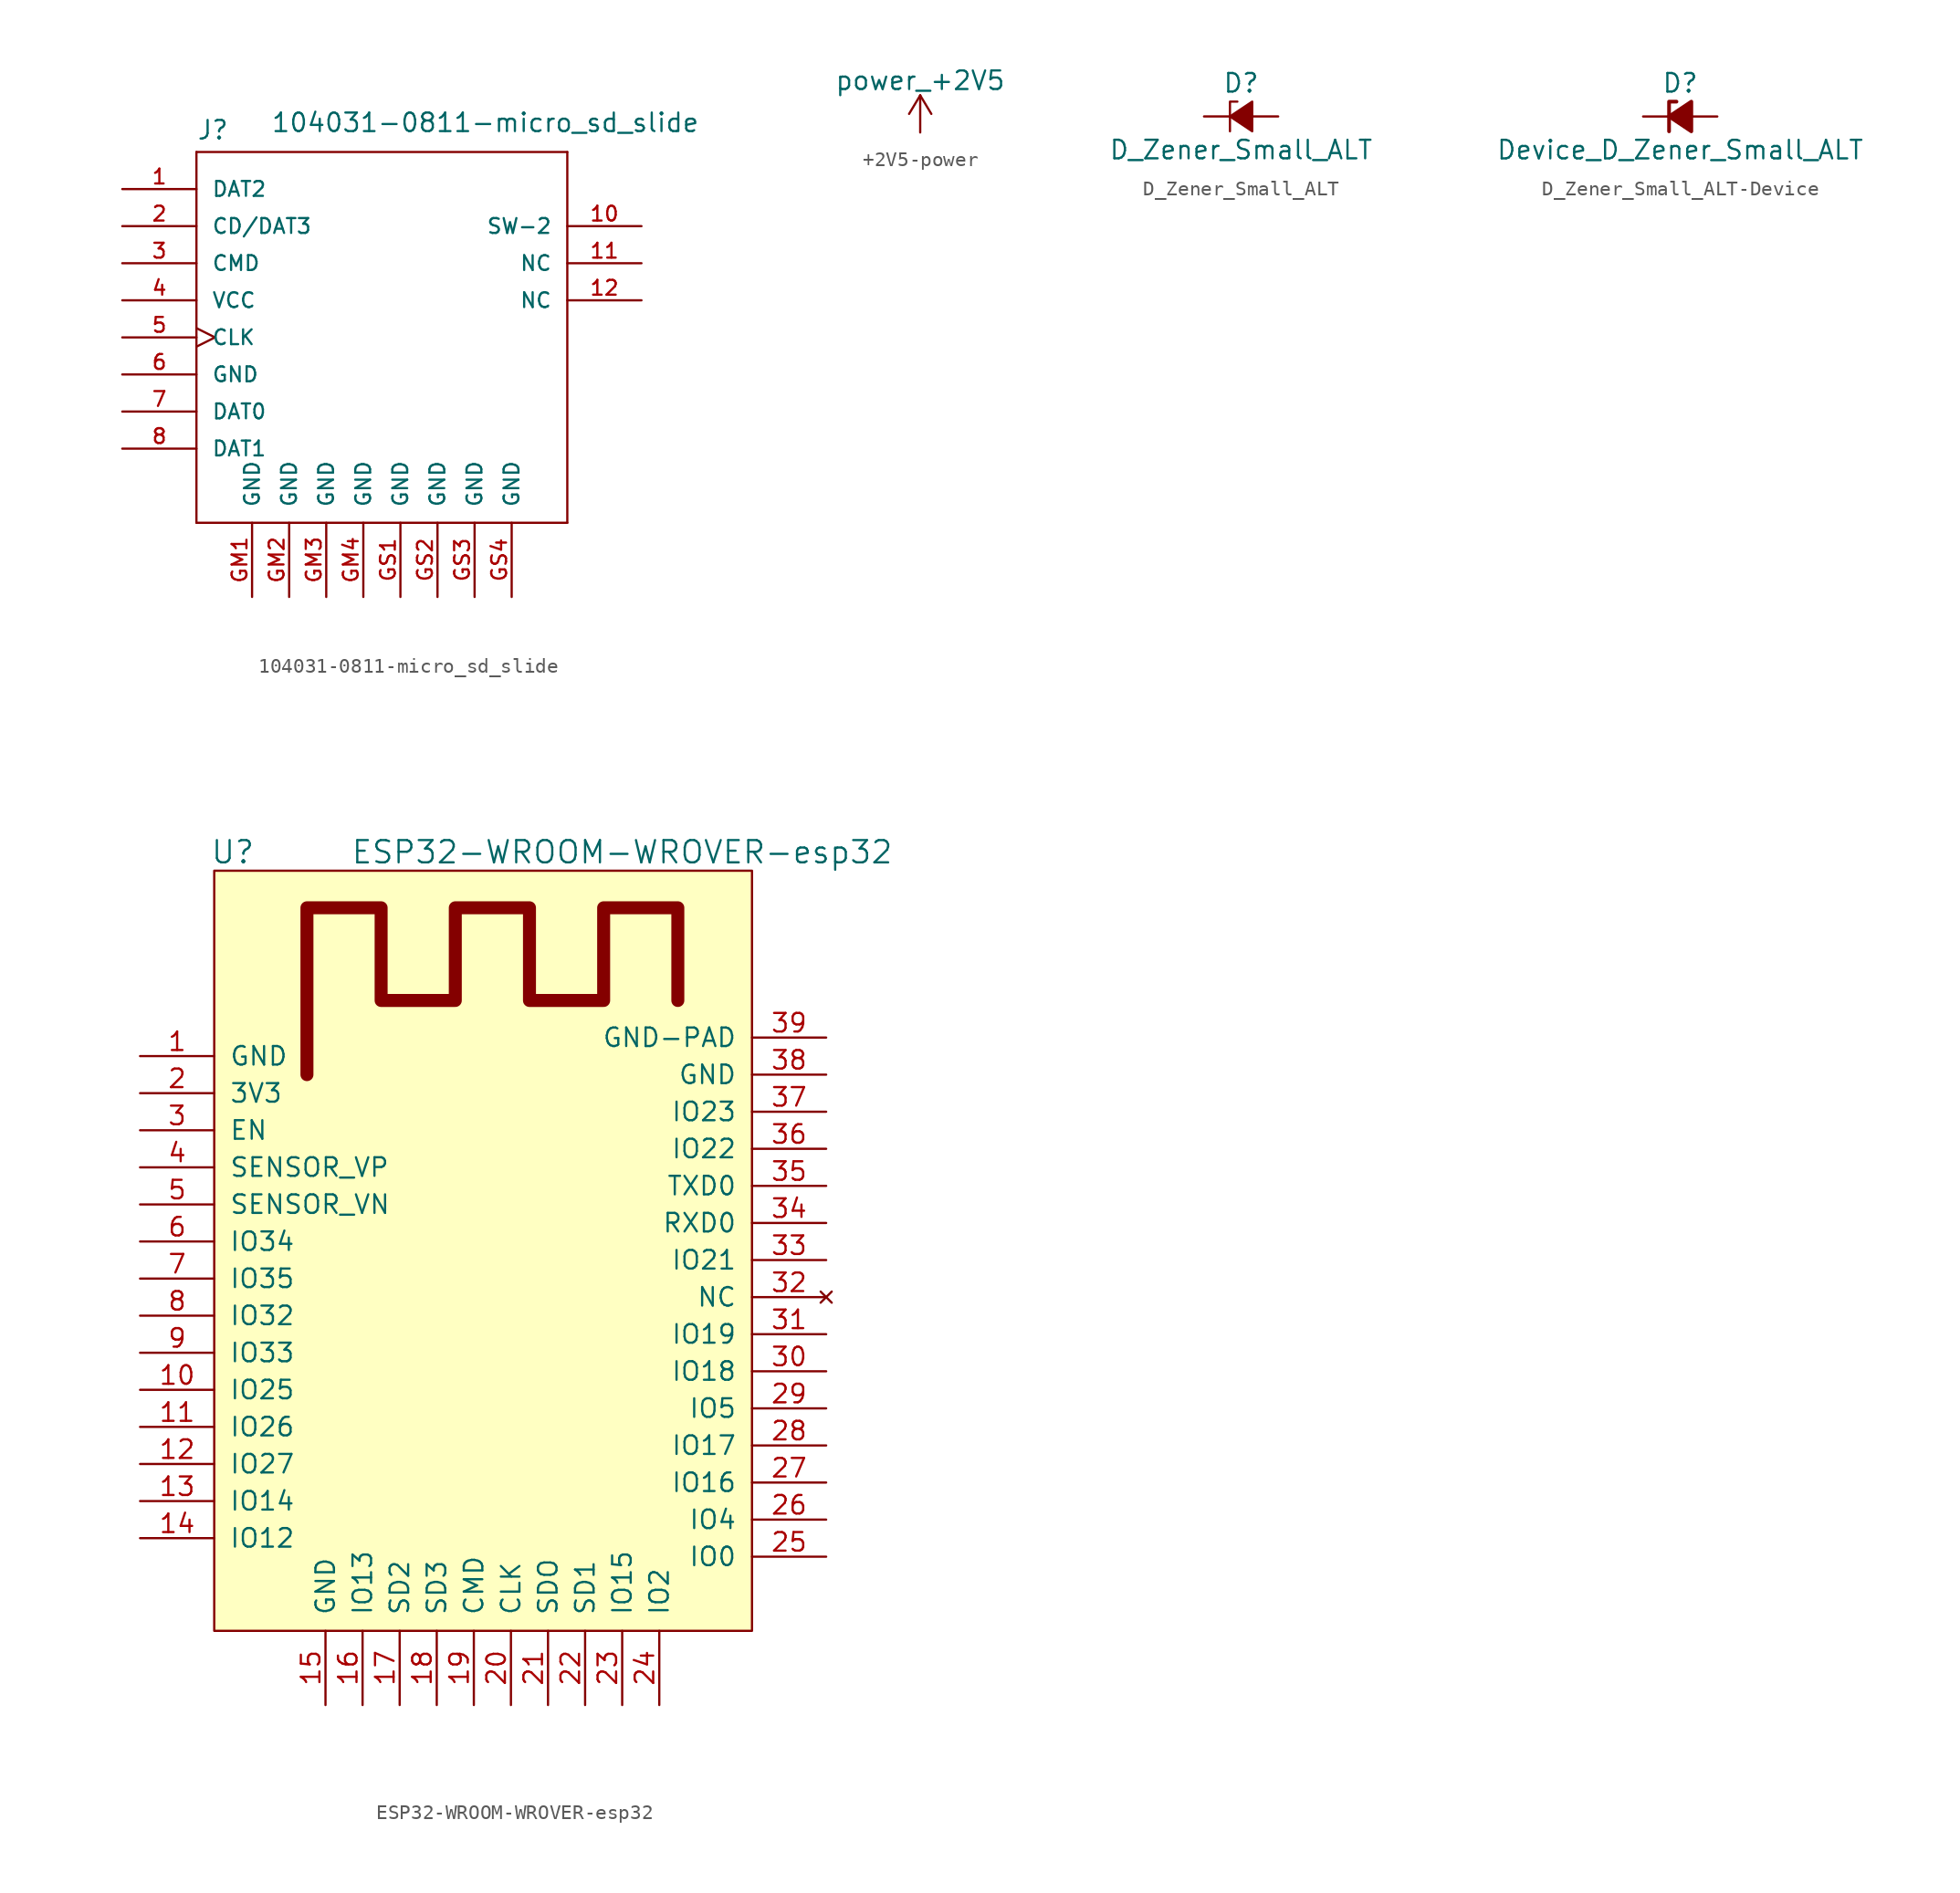
<source format=kicad_sym>
(kicad_symbol_lib
  (version 20231120)
  (generator "kicad_symbol_editor")
  (generator_version "8.0")
  (symbol "104031-0811-micro_sd_slide"
    (pin_names
      (offset 1.016))
    (property "Reference" "J"
      (at -12.7 13.462 0)
      (effects (font (size 1.27 1.27)) (justify left bottom)))
    (property "Value" "104031-0811-micro_sd_slide"
      (at -7.62 13.97 0)
      (effects (font (size 1.27 1.27)) (justify left bottom)))
    (symbol "104031-0811-micro_sd_slide_0_0"
      (polyline (pts (xy -12.7 -12.7) (xy -12.7 12.7)) (stroke (width 0.152) (type solid)) (fill (type none)))
      (polyline (pts (xy -12.7 12.7) (xy 12.7 12.7)) (stroke (width 0.152) (type solid)) (fill (type none)))
      (polyline (pts (xy 12.7 -12.7) (xy -12.7 -12.7)) (stroke (width 0.152) (type solid)) (fill (type none)))
      (polyline (pts (xy 12.7 12.7) (xy 12.7 -12.7)) (stroke (width 0.152) (type solid)) (fill (type none)))
      (pin bidirectional line (at -17.78 10.16 0) (length 5.08) (name "DAT2" (effects (font (size 1.016 1.016)))) (number "1" (effects (font (size 1.016 1.016)))))
      (pin passive line (at 17.78 7.62 180) (length 5.08) (name "SW-2" (effects (font (size 1.016 1.016)))) (number "10" (effects (font (size 1.016 1.016)))))
      (pin passive line (at 17.78 5.08 180) (length 5.08) (name "NC" (effects (font (size 1.016 1.016)))) (number "11" (effects (font (size 1.016 1.016)))))
      (pin passive line (at 17.78 2.54 180) (length 5.08) (name "NC" (effects (font (size 1.016 1.016)))) (number "12" (effects (font (size 1.016 1.016)))))
      (pin bidirectional line (at -17.78 7.62 0) (length 5.08) (name "CD/DAT3" (effects (font (size 1.016 1.016)))) (number "2" (effects (font (size 1.016 1.016)))))
      (pin bidirectional line (at -17.78 5.08 0) (length 5.08) (name "CMD" (effects (font (size 1.016 1.016)))) (number "3" (effects (font (size 1.016 1.016)))))
      (pin power_in line (at -17.78 2.54 0) (length 5.08) (name "VCC" (effects (font (size 1.016 1.016)))) (number "4" (effects (font (size 1.016 1.016)))))
      (pin input clock (at -17.78 0 0) (length 5.08) (name "CLK" (effects (font (size 1.016 1.016)))) (number "5" (effects (font (size 1.016 1.016)))))
      (pin power_in line (at -17.78 -2.54 0) (length 5.08) (name "GND" (effects (font (size 1.016 1.016)))) (number "6" (effects (font (size 1.016 1.016)))))
      (pin bidirectional line (at -17.78 -5.08 0) (length 5.08) (name "DAT0" (effects (font (size 1.016 1.016)))) (number "7" (effects (font (size 1.016 1.016)))))
      (pin bidirectional line (at -17.78 -7.62 0) (length 5.08) (name "DAT1" (effects (font (size 1.016 1.016)))) (number "8" (effects (font (size 1.016 1.016)))))
      (pin power_in line (at -8.89 -17.78 90) (length 5.08) (name "GND" (effects (font (size 1.016 1.016)))) (number "GM1" (effects (font (size 1.016 1.016)))))
      (pin power_in line (at -6.35 -17.78 90) (length 5.08) (name "GND" (effects (font (size 1.016 1.016)))) (number "GM2" (effects (font (size 1.016 1.016)))))
      (pin power_in line (at -3.81 -17.78 90) (length 5.08) (name "GND" (effects (font (size 1.016 1.016)))) (number "GM3" (effects (font (size 1.016 1.016)))))
      (pin power_in line (at -1.27 -17.78 90) (length 5.08) (name "GND" (effects (font (size 1.016 1.016)))) (number "GM4" (effects (font (size 1.016 1.016)))))
      (pin power_in line (at 1.27 -17.78 90) (length 5.08) (name "GND" (effects (font (size 1.016 1.016)))) (number "GS1" (effects (font (size 1.016 1.016)))))
      (pin power_in line (at 3.81 -17.78 90) (length 5.08) (name "GND" (effects (font (size 1.016 1.016)))) (number "GS2" (effects (font (size 1.016 1.016)))))
      (pin power_in line (at 6.35 -17.78 90) (length 5.08) (name "GND" (effects (font (size 1.016 1.016)))) (number "GS3" (effects (font (size 1.016 1.016)))))
      (pin power_in line (at 8.89 -17.78 90) (length 5.08) (name "GND" (effects (font (size 1.016 1.016)))) (number "GS4" (effects (font (size 1.016 1.016)))))))
  (symbol "+2V5-power"
    (power)
    (pin_names
      (offset 0))
    (property "Reference" "#PWR"
      (at 0 -3.81 0)
      (effects (font (size 1.27 1.27)) (hide yes)))
    (property "Value" "power_+2V5"
      (at 0 3.556 0)
      (effects (font (size 1.27 1.27))))
    (symbol "+2V5-power_0_1"
      (polyline (pts (xy -0.762 1.27) (xy 0 2.54)) (stroke (width 0) (type solid)) (fill (type none)))
      (polyline (pts (xy 0 0) (xy 0 2.54)) (stroke (width 0) (type solid)) (fill (type none)))
      (polyline (pts (xy 0 2.54) (xy 0.762 1.27)) (stroke (width 0) (type solid)) (fill (type none))))
    (symbol "+2V5-power_1_1"
      (pin power_in line (at 0 0 90) (length 0) hide (name "+2V5" (effects (font (size 1.27 1.27)))) (number "1" (effects (font (size 1.27 1.27)))))))
  (symbol "D_Zener_Small_ALT"
    (pin_numbers hide)
    (pin_names
      (offset 0.254) hide)
    (property "Reference" "D"
      (at 0 2.286 0)
      (effects (font (size 1.27 1.27))))
    (property "Value" "D_Zener_Small_ALT"
      (at 0 -2.286 0)
      (effects (font (size 1.27 1.27))))
    (symbol "D_Zener_Small_ALT_0_1"
      (polyline (pts (xy 0.762 0) (xy -0.762 0)) (stroke (width 0) (type solid)) (fill (type none)))
      (polyline (pts (xy -0.254 1.016) (xy -0.762 1.016) (xy -0.762 -1.016)) (stroke (width 0) (type solid)) (fill (type none)))
      (polyline (pts (xy 0.762 1.016) (xy -0.762 0) (xy 0.762 -1.016) (xy 0.762 1.016)) (stroke (width 0) (type solid)) (fill (type outline))))
    (symbol "D_Zener_Small_ALT_1_1"
      (pin passive line (at -2.54 0 0) (length 1.778) (name "K" (effects (font (size 1.27 1.27)))) (number "1" (effects (font (size 1.27 1.27)))))
      (pin passive line (at 2.54 0 180) (length 1.778) (name "A" (effects (font (size 1.27 1.27)))) (number "2" (effects (font (size 1.27 1.27)))))))
  (symbol "D_Zener_Small_ALT-Device"
    (pin_numbers hide)
    (pin_names
      (offset 0.254) hide)
    (property "Reference" "D"
      (at 0 2.286 0)
      (effects (font (size 1.27 1.27))))
    (property "Value" "Device_D_Zener_Small_ALT"
      (at 0 -2.286 0)
      (effects (font (size 1.27 1.27))))
    (symbol "D_Zener_Small_ALT-Device_0_1"
      (polyline (pts (xy 0.762 0) (xy -0.762 0)) (stroke (width 0) (type solid)) (fill (type none)))
      (polyline (pts (xy -0.254 1.016) (xy -0.762 1.016) (xy -0.762 -1.016)) (stroke (width 0.254) (type solid)) (fill (type none)))
      (polyline (pts (xy 0.762 1.016) (xy -0.762 0) (xy 0.762 -1.016) (xy 0.762 1.016)) (stroke (width 0.254) (type solid)) (fill (type outline))))
    (symbol "D_Zener_Small_ALT-Device_1_1"
      (pin passive line (at -2.54 0 0) (length 1.778) (name "K" (effects (font (size 1.27 1.27)))) (number "1" (effects (font (size 1.27 1.27)))))
      (pin passive line (at 2.54 0 180) (length 1.778) (name "A" (effects (font (size 1.27 1.27)))) (number "2" (effects (font (size 1.27 1.27)))))))
  (symbol "ESP32-WROOM-WROVER-esp32"
    (pin_names
      (offset 1.016))
    (property "Reference" "U"
      (at -17.78 31.75 0)
      (effects (font (size 1.524 1.524))))
    (property "Value" "ESP32-WROOM-WROVER-esp32"
      (at 8.89 31.75 0)
      (effects (font (size 1.524 1.524))))
    (symbol "ESP32-WROOM-WROVER-esp32_0_1"
      (rectangle (start -19.05 30.48) (end 17.78 -21.59) (stroke (width 0) (type solid)) (fill (type background)))
      (polyline (pts (xy -12.7 16.51) (xy -12.7 27.94) (xy -7.62 27.94) (xy -7.62 21.59) (xy -2.54 21.59) (xy -2.54 27.94) (xy 2.54 27.94) (xy 2.54 21.59) (xy 7.62 21.59) (xy 7.62 27.94) (xy 12.7 27.94) (xy 12.7 21.59)) (stroke (width 0.889) (type solid)) (fill (type none))))
    (symbol "ESP32-WROOM-WROVER-esp32_1_1"
      (pin power_out line (at -24.13 17.78 0) (length 5.08) (name "GND" (effects (font (size 1.27 1.27)))) (number "1" (effects (font (size 1.27 1.27)))))
      (pin bidirectional line (at -24.13 -5.08 0) (length 5.08) (name "IO25" (effects (font (size 1.27 1.27)))) (number "10" (effects (font (size 1.27 1.27)))))
      (pin bidirectional line (at -24.13 -7.62 0) (length 5.08) (name "IO26" (effects (font (size 1.27 1.27)))) (number "11" (effects (font (size 1.27 1.27)))))
      (pin bidirectional line (at -24.13 -10.16 0) (length 5.08) (name "IO27" (effects (font (size 1.27 1.27)))) (number "12" (effects (font (size 1.27 1.27)))))
      (pin bidirectional line (at -24.13 -12.7 0) (length 5.08) (name "IO14" (effects (font (size 1.27 1.27)))) (number "13" (effects (font (size 1.27 1.27)))))
      (pin bidirectional line (at -24.13 -15.24 0) (length 5.08) (name "IO12" (effects (font (size 1.27 1.27)))) (number "14" (effects (font (size 1.27 1.27)))))
      (pin power_in line (at -11.43 -26.67 90) (length 5.08) (name "GND" (effects (font (size 1.27 1.27)))) (number "15" (effects (font (size 1.27 1.27)))))
      (pin bidirectional line (at -8.89 -26.67 90) (length 5.08) (name "IO13" (effects (font (size 1.27 1.27)))) (number "16" (effects (font (size 1.27 1.27)))))
      (pin bidirectional line (at -6.35 -26.67 90) (length 5.08) (name "SD2" (effects (font (size 1.27 1.27)))) (number "17" (effects (font (size 1.27 1.27)))))
      (pin bidirectional line (at -3.81 -26.67 90) (length 5.08) (name "SD3" (effects (font (size 1.27 1.27)))) (number "18" (effects (font (size 1.27 1.27)))))
      (pin bidirectional line (at -1.27 -26.67 90) (length 5.08) (name "CMD" (effects (font (size 1.27 1.27)))) (number "19" (effects (font (size 1.27 1.27)))))
      (pin power_in line (at -24.13 15.24 0) (length 5.08) (name "3V3" (effects (font (size 1.27 1.27)))) (number "2" (effects (font (size 1.27 1.27)))))
      (pin input line (at 1.27 -26.67 90) (length 5.08) (name "CLK" (effects (font (size 1.27 1.27)))) (number "20" (effects (font (size 1.27 1.27)))))
      (pin bidirectional line (at 3.81 -26.67 90) (length 5.08) (name "SDO" (effects (font (size 1.27 1.27)))) (number "21" (effects (font (size 1.27 1.27)))))
      (pin bidirectional line (at 6.35 -26.67 90) (length 5.08) (name "SD1" (effects (font (size 1.27 1.27)))) (number "22" (effects (font (size 1.27 1.27)))))
      (pin bidirectional line (at 8.89 -26.67 90) (length 5.08) (name "IO15" (effects (font (size 1.27 1.27)))) (number "23" (effects (font (size 1.27 1.27)))))
      (pin bidirectional line (at 11.43 -26.67 90) (length 5.08) (name "IO2" (effects (font (size 1.27 1.27)))) (number "24" (effects (font (size 1.27 1.27)))))
      (pin bidirectional line (at 22.86 -16.51 180) (length 5.08) (name "IO0" (effects (font (size 1.27 1.27)))) (number "25" (effects (font (size 1.27 1.27)))))
      (pin input line (at 22.86 -13.97 180) (length 5.08) (name "IO4" (effects (font (size 1.27 1.27)))) (number "26" (effects (font (size 1.27 1.27)))))
      (pin bidirectional line (at 22.86 -11.43 180) (length 5.08) (name "IO16" (effects (font (size 1.27 1.27)))) (number "27" (effects (font (size 1.27 1.27)))))
      (pin bidirectional line (at 22.86 -8.89 180) (length 5.08) (name "IO17" (effects (font (size 1.27 1.27)))) (number "28" (effects (font (size 1.27 1.27)))))
      (pin bidirectional line (at 22.86 -6.35 180) (length 5.08) (name "IO5" (effects (font (size 1.27 1.27)))) (number "29" (effects (font (size 1.27 1.27)))))
      (pin input line (at -24.13 12.7 0) (length 5.08) (name "EN" (effects (font (size 1.27 1.27)))) (number "3" (effects (font (size 1.27 1.27)))))
      (pin input line (at 22.86 -3.81 180) (length 5.08) (name "IO18" (effects (font (size 1.27 1.27)))) (number "30" (effects (font (size 1.27 1.27)))))
      (pin bidirectional line (at 22.86 -1.27 180) (length 5.08) (name "IO19" (effects (font (size 1.27 1.27)))) (number "31" (effects (font (size 1.27 1.27)))))
      (pin no_connect line (at 22.86 1.27 180) (length 5.08) (name "NC" (effects (font (size 1.27 1.27)))) (number "32" (effects (font (size 1.27 1.27)))))
      (pin bidirectional line (at 22.86 3.81 180) (length 5.08) (name "IO21" (effects (font (size 1.27 1.27)))) (number "33" (effects (font (size 1.27 1.27)))))
      (pin bidirectional line (at 22.86 6.35 180) (length 5.08) (name "RXD0" (effects (font (size 1.27 1.27)))) (number "34" (effects (font (size 1.27 1.27)))))
      (pin bidirectional line (at 22.86 8.89 180) (length 5.08) (name "TXD0" (effects (font (size 1.27 1.27)))) (number "35" (effects (font (size 1.27 1.27)))))
      (pin bidirectional line (at 22.86 11.43 180) (length 5.08) (name "IO22" (effects (font (size 1.27 1.27)))) (number "36" (effects (font (size 1.27 1.27)))))
      (pin bidirectional line (at 22.86 13.97 180) (length 5.08) (name "IO23" (effects (font (size 1.27 1.27)))) (number "37" (effects (font (size 1.27 1.27)))))
      (pin power_in line (at 22.86 16.51 180) (length 5.08) (name "GND" (effects (font (size 1.27 1.27)))) (number "38" (effects (font (size 1.27 1.27)))))
      (pin power_in line (at 22.86 19.05 180) (length 5.08) (name "GND-PAD" (effects (font (size 1.27 1.27)))) (number "39" (effects (font (size 1.27 1.27)))))
      (pin input line (at -24.13 10.16 0) (length 5.08) (name "SENSOR_VP" (effects (font (size 1.27 1.27)))) (number "4" (effects (font (size 1.27 1.27)))))
      (pin input line (at -24.13 7.62 0) (length 5.08) (name "SENSOR_VN" (effects (font (size 1.27 1.27)))) (number "5" (effects (font (size 1.27 1.27)))))
      (pin bidirectional line (at -24.13 5.08 0) (length 5.08) (name "IO34" (effects (font (size 1.27 1.27)))) (number "6" (effects (font (size 1.27 1.27)))))
      (pin bidirectional line (at -24.13 2.54 0) (length 5.08) (name "IO35" (effects (font (size 1.27 1.27)))) (number "7" (effects (font (size 1.27 1.27)))))
      (pin bidirectional line (at -24.13 0 0) (length 5.08) (name "IO32" (effects (font (size 1.27 1.27)))) (number "8" (effects (font (size 1.27 1.27)))))
      (pin bidirectional line (at -24.13 -2.54 0) (length 5.08) (name "IO33" (effects (font (size 1.27 1.27)))) (number "9" (effects (font (size 1.27 1.27))))))))
</source>
